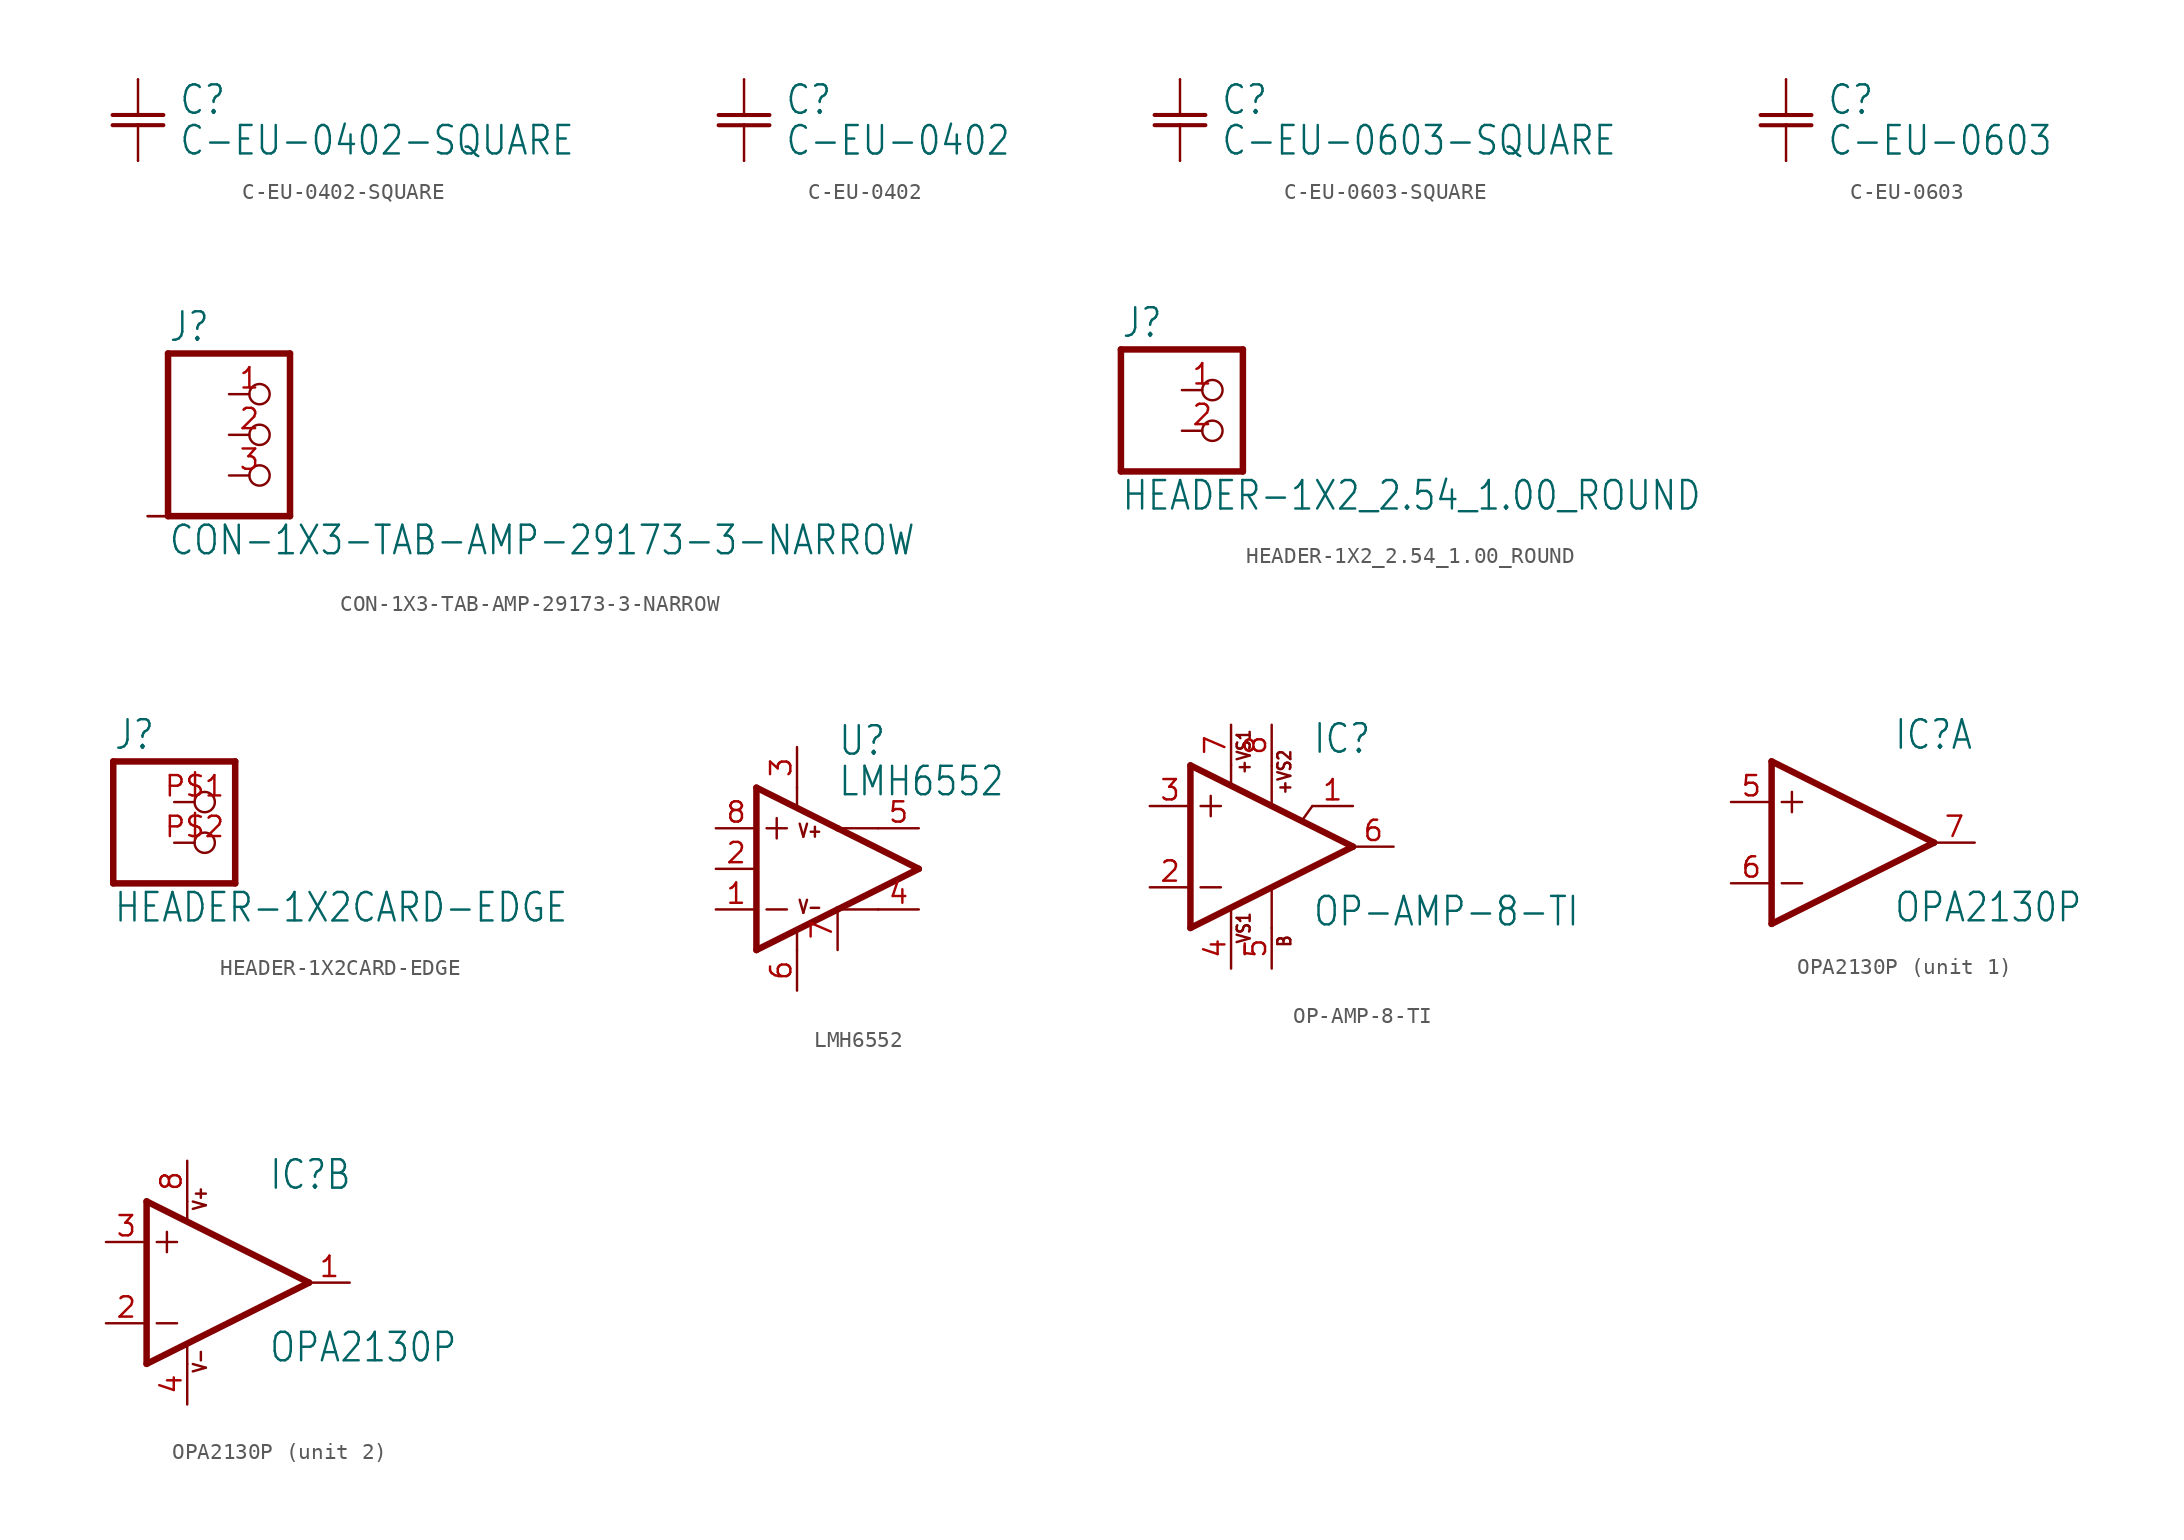
<source format=kicad_sym>
(kicad_symbol_lib
  (version 20211014)
  (generator kicad_symbol_editor)
  (symbol "C-EU-0402-SQUARE"
    (property "Reference" "C"
      (at 2.54 1.27 0)
      (effects (font (size 1.778 1.511)) (justify left)))
    (property "Value" "C-EU-0402-SQUARE"
      (at 2.54 -1.27 0)
      (effects (font (size 1.778 1.511)) (justify left)))
    (property "ki_locked" ""
      (at 0 0 0)
      (effects (font (size 1.27 1.27))))
    (symbol "C-EU-0402-SQUARE_1_0"
      (polyline (pts (xy -1.587 -0.318) (xy 0 -0.318)) (stroke (width 0.254) (type default) (color 0 0 0 0)) (fill (type none)))
      (polyline (pts (xy -1.587 0.318) (xy 0 0.318)) (stroke (width 0.254) (type default) (color 0 0 0 0)) (fill (type none)))
      (polyline (pts (xy 0 -0.318) (xy 0 -2.54)) (stroke (width 0.152) (type default) (color 0 0 0 0)) (fill (type none)))
      (polyline (pts (xy 0 -0.318) (xy 1.587 -0.318)) (stroke (width 0.254) (type default) (color 0 0 0 0)) (fill (type none)))
      (polyline (pts (xy 0 0.318) (xy 1.587 0.318)) (stroke (width 0.254) (type default) (color 0 0 0 0)) (fill (type none)))
      (polyline (pts (xy 0 2.54) (xy 0 0.318)) (stroke (width 0.152) (type default) (color 0 0 0 0)) (fill (type none)))
      (pin passive line (at 0 2.54 270) (length 0) (name "1" (effects (font (size 0 0)))) (number "P$1" (effects (font (size 0 0)))))
      (pin passive line (at 0 -2.54 90) (length 0) (name "2" (effects (font (size 0 0)))) (number "P$2" (effects (font (size 0 0)))))))
  (symbol "C-EU-0402"
    (property "Reference" "C"
      (at 2.54 1.27 0)
      (effects (font (size 1.778 1.511)) (justify left)))
    (property "Value" "C-EU-0402"
      (at 2.54 -1.27 0)
      (effects (font (size 1.778 1.511)) (justify left)))
    (property "ki_locked" ""
      (at 0 0 0)
      (effects (font (size 1.27 1.27))))
    (symbol "C-EU-0402_1_0"
      (polyline (pts (xy -1.587 -0.318) (xy 0 -0.318)) (stroke (width 0.254) (type default) (color 0 0 0 0)) (fill (type none)))
      (polyline (pts (xy -1.587 0.318) (xy 0 0.318)) (stroke (width 0.254) (type default) (color 0 0 0 0)) (fill (type none)))
      (polyline (pts (xy 0 -0.318) (xy 0 -2.54)) (stroke (width 0.152) (type default) (color 0 0 0 0)) (fill (type none)))
      (polyline (pts (xy 0 -0.318) (xy 1.587 -0.318)) (stroke (width 0.254) (type default) (color 0 0 0 0)) (fill (type none)))
      (polyline (pts (xy 0 0.318) (xy 1.587 0.318)) (stroke (width 0.254) (type default) (color 0 0 0 0)) (fill (type none)))
      (polyline (pts (xy 0 2.54) (xy 0 0.318)) (stroke (width 0.152) (type default) (color 0 0 0 0)) (fill (type none)))
      (pin passive line (at 0 2.54 270) (length 0) (name "1" (effects (font (size 0 0)))) (number "1" (effects (font (size 0 0)))))
      (pin passive line (at 0 -2.54 90) (length 0) (name "2" (effects (font (size 0 0)))) (number "2" (effects (font (size 0 0)))))))
  (symbol "C-EU-0603-SQUARE"
    (property "Reference" "C"
      (at 2.54 1.27 0)
      (effects (font (size 1.778 1.511)) (justify left)))
    (property "Value" "C-EU-0603-SQUARE"
      (at 2.54 -1.27 0)
      (effects (font (size 1.778 1.511)) (justify left)))
    (property "ki_locked" ""
      (at 0 0 0)
      (effects (font (size 1.27 1.27))))
    (symbol "C-EU-0603-SQUARE_1_0"
      (polyline (pts (xy -1.587 -0.318) (xy 0 -0.318)) (stroke (width 0.254) (type default) (color 0 0 0 0)) (fill (type none)))
      (polyline (pts (xy -1.587 0.318) (xy 0 0.318)) (stroke (width 0.254) (type default) (color 0 0 0 0)) (fill (type none)))
      (polyline (pts (xy 0 -0.318) (xy 0 -2.54)) (stroke (width 0.152) (type default) (color 0 0 0 0)) (fill (type none)))
      (polyline (pts (xy 0 -0.318) (xy 1.587 -0.318)) (stroke (width 0.254) (type default) (color 0 0 0 0)) (fill (type none)))
      (polyline (pts (xy 0 0.318) (xy 1.587 0.318)) (stroke (width 0.254) (type default) (color 0 0 0 0)) (fill (type none)))
      (polyline (pts (xy 0 2.54) (xy 0 0.318)) (stroke (width 0.152) (type default) (color 0 0 0 0)) (fill (type none)))
      (pin passive line (at 0 2.54 270) (length 0) (name "1" (effects (font (size 0 0)))) (number "1" (effects (font (size 0 0)))))
      (pin passive line (at 0 -2.54 90) (length 0) (name "2" (effects (font (size 0 0)))) (number "2" (effects (font (size 0 0)))))))
  (symbol "C-EU-0603"
    (property "Reference" "C"
      (at 2.54 1.27 0)
      (effects (font (size 1.778 1.511)) (justify left)))
    (property "Value" "C-EU-0603"
      (at 2.54 -1.27 0)
      (effects (font (size 1.778 1.511)) (justify left)))
    (property "ki_locked" ""
      (at 0 0 0)
      (effects (font (size 1.27 1.27))))
    (symbol "C-EU-0603_1_0"
      (polyline (pts (xy -1.587 -0.318) (xy 0 -0.318)) (stroke (width 0.254) (type default) (color 0 0 0 0)) (fill (type none)))
      (polyline (pts (xy -1.587 0.318) (xy 0 0.318)) (stroke (width 0.254) (type default) (color 0 0 0 0)) (fill (type none)))
      (polyline (pts (xy 0 -0.318) (xy 0 -2.54)) (stroke (width 0.152) (type default) (color 0 0 0 0)) (fill (type none)))
      (polyline (pts (xy 0 -0.318) (xy 1.587 -0.318)) (stroke (width 0.254) (type default) (color 0 0 0 0)) (fill (type none)))
      (polyline (pts (xy 0 0.318) (xy 1.587 0.318)) (stroke (width 0.254) (type default) (color 0 0 0 0)) (fill (type none)))
      (polyline (pts (xy 0 2.54) (xy 0 0.318)) (stroke (width 0.152) (type default) (color 0 0 0 0)) (fill (type none)))
      (pin passive line (at 0 2.54 270) (length 0) (name "1" (effects (font (size 0 0)))) (number "1" (effects (font (size 0 0)))))
      (pin passive line (at 0 -2.54 90) (length 0) (name "2" (effects (font (size 0 0)))) (number "2" (effects (font (size 0 0)))))))
  (symbol "CON-1X3-TAB-AMP-29173-3-NARROW"
    (property "Reference" "J"
      (at -3.81 0.635 0)
      (effects (font (size 1.778 1.511)) (justify left bottom)))
    (property "Value" "CON-1X3-TAB-AMP-29173-3-NARROW"
      (at -3.81 -12.7 0)
      (effects (font (size 1.778 1.511)) (justify left bottom)))
    (property "ki_locked" ""
      (at 0 0 0)
      (effects (font (size 1.27 1.27))))
    (symbol "CON-1X3-TAB-AMP-29173-3-NARROW_1_0"
      (polyline (pts (xy -3.81 -10.16) (xy 3.81 -10.16)) (stroke (width 0.406) (type default) (color 0 0 0 0)) (fill (type none)))
      (polyline (pts (xy -3.81 0) (xy -3.81 -10.16)) (stroke (width 0.406) (type default) (color 0 0 0 0)) (fill (type none)))
      (polyline (pts (xy 3.81 -10.16) (xy 3.81 0)) (stroke (width 0.406) (type default) (color 0 0 0 0)) (fill (type none)))
      (polyline (pts (xy 3.81 0) (xy -3.81 0)) (stroke (width 0.406) (type default) (color 0 0 0 0)) (fill (type none)))
      (pin passive inverted (at 0 -2.54 0) (length 2.54) (name "1" (effects (font (size 0 0)))) (number "1" (effects (font (size 1.27 1.27)))))
      (pin passive inverted (at 0 -5.08 0) (length 2.54) (name "2" (effects (font (size 0 0)))) (number "2" (effects (font (size 1.27 1.27)))))
      (pin passive inverted (at 0 -7.62 0) (length 2.54) (name "3" (effects (font (size 0 0)))) (number "3" (effects (font (size 1.27 1.27)))))
      (pin bidirectional line (at -5.08 -10.16 0) (length 2.54) (name "P$1" (effects (font (size 0 0)))) (number "P$4" (effects (font (size 0 0)))))
      (pin bidirectional line (at -5.08 -10.16 0) (length 2.54) (name "P$1" (effects (font (size 0 0)))) (number "P$5" (effects (font (size 0 0)))))))
  (symbol "HEADER-1X2_2.54_1.00_ROUND"
    (property "Reference" "J"
      (at -3.81 0.635 0)
      (effects (font (size 1.778 1.511)) (justify left bottom)))
    (property "Value" "HEADER-1X2_2.54_1.00_ROUND"
      (at -3.81 -10.16 0)
      (effects (font (size 1.778 1.511)) (justify left bottom)))
    (property "ki_locked" ""
      (at 0 0 0)
      (effects (font (size 1.27 1.27))))
    (symbol "HEADER-1X2_2.54_1.00_ROUND_1_0"
      (polyline (pts (xy -3.81 -7.62) (xy 3.81 -7.62)) (stroke (width 0.406) (type default) (color 0 0 0 0)) (fill (type none)))
      (polyline (pts (xy -3.81 0) (xy -3.81 -7.62)) (stroke (width 0.406) (type default) (color 0 0 0 0)) (fill (type none)))
      (polyline (pts (xy 3.81 -7.62) (xy 3.81 0)) (stroke (width 0.406) (type default) (color 0 0 0 0)) (fill (type none)))
      (polyline (pts (xy 3.81 0) (xy -3.81 0)) (stroke (width 0.406) (type default) (color 0 0 0 0)) (fill (type none)))
      (pin passive inverted (at 0 -2.54 0) (length 2.54) (name "1" (effects (font (size 0 0)))) (number "1" (effects (font (size 1.27 1.27)))))
      (pin passive inverted (at 0 -5.08 0) (length 2.54) (name "2" (effects (font (size 0 0)))) (number "2" (effects (font (size 1.27 1.27)))))))
  (symbol "HEADER-1X2CARD-EDGE"
    (property "Reference" "J"
      (at -3.81 0.635 0)
      (effects (font (size 1.778 1.511)) (justify left bottom)))
    (property "Value" "HEADER-1X2CARD-EDGE"
      (at -3.81 -10.16 0)
      (effects (font (size 1.778 1.511)) (justify left bottom)))
    (property "ki_locked" ""
      (at 0 0 0)
      (effects (font (size 1.27 1.27))))
    (symbol "HEADER-1X2CARD-EDGE_1_0"
      (polyline (pts (xy -3.81 -7.62) (xy 3.81 -7.62)) (stroke (width 0.406) (type default) (color 0 0 0 0)) (fill (type none)))
      (polyline (pts (xy -3.81 0) (xy -3.81 -7.62)) (stroke (width 0.406) (type default) (color 0 0 0 0)) (fill (type none)))
      (polyline (pts (xy 3.81 -7.62) (xy 3.81 0)) (stroke (width 0.406) (type default) (color 0 0 0 0)) (fill (type none)))
      (polyline (pts (xy 3.81 0) (xy -3.81 0)) (stroke (width 0.406) (type default) (color 0 0 0 0)) (fill (type none)))
      (pin passive inverted (at 0 -2.54 0) (length 2.54) (name "1" (effects (font (size 0 0)))) (number "P$1" (effects (font (size 1.27 1.27)))))
      (pin passive inverted (at 0 -5.08 0) (length 2.54) (name "2" (effects (font (size 0 0)))) (number "P$2" (effects (font (size 1.27 1.27)))))))
  (symbol "LMH6552"
    (property "Reference" "U"
      (at 2.54 6.985 0)
      (effects (font (size 1.778 1.511)) (justify left bottom)))
    (property "Value" "LMH6552"
      (at 2.54 4.445 0)
      (effects (font (size 1.778 1.511)) (justify left bottom)))
    (property "ki_locked" ""
      (at 0 0 0)
      (effects (font (size 1.27 1.27))))
    (symbol "LMH6552_1_0"
      (polyline (pts (xy -2.54 -5.08) (xy 2.54 -2.54)) (stroke (width 0.406) (type default) (color 0 0 0 0)) (fill (type none)))
      (polyline (pts (xy -2.54 5.08) (xy -2.54 -5.08)) (stroke (width 0.406) (type default) (color 0 0 0 0)) (fill (type none)))
      (polyline (pts (xy -1.905 -2.54) (xy -0.635 -2.54)) (stroke (width 0.152) (type default) (color 0 0 0 0)) (fill (type none)))
      (polyline (pts (xy -1.905 2.54) (xy -0.635 2.54)) (stroke (width 0.152) (type default) (color 0 0 0 0)) (fill (type none)))
      (polyline (pts (xy -1.27 3.175) (xy -1.27 1.905)) (stroke (width 0.152) (type default) (color 0 0 0 0)) (fill (type none)))
      (polyline (pts (xy 0 -3.912) (xy 0 -5.08)) (stroke (width 0.152) (type default) (color 0 0 0 0)) (fill (type none)))
      (polyline (pts (xy 0 5.08) (xy 0 3.886)) (stroke (width 0.152) (type default) (color 0 0 0 0)) (fill (type none)))
      (polyline (pts (xy 2.54 -2.54) (xy 7.62 0)) (stroke (width 0.406) (type default) (color 0 0 0 0)) (fill (type none)))
      (polyline (pts (xy 2.54 2.54) (xy -2.54 5.08)) (stroke (width 0.406) (type default) (color 0 0 0 0)) (fill (type none)))
      (polyline (pts (xy 5.08 -2.54) (xy 2.54 -2.54)) (stroke (width 0.152) (type default) (color 0 0 0 0)) (fill (type none)))
      (polyline (pts (xy 5.08 2.54) (xy 2.54 2.54)) (stroke (width 0.152) (type default) (color 0 0 0 0)) (fill (type none)))
      (polyline (pts (xy 7.62 0) (xy 2.54 2.54)) (stroke (width 0.406) (type default) (color 0 0 0 0)) (fill (type none)))
      (text "V+" (at 0 1.905 0) (effects (font (size 0.813 0.691)) (justify left bottom)))
      (text "V-" (at 0 -1.905 0) (effects (font (size 0.813 0.691)) (justify left top)))
      (pin input line (at -5.08 -2.54 0) (length 2.54) (name "-IN" (effects (font (size 0 0)))) (number "1" (effects (font (size 1.27 1.27)))))
      (pin input line (at -5.08 0 0) (length 2.54) (name "VCM" (effects (font (size 0 0)))) (number "2" (effects (font (size 1.27 1.27)))))
      (pin power_in line (at 0 7.62 270) (length 2.54) (name "V+" (effects (font (size 0 0)))) (number "3" (effects (font (size 1.27 1.27)))))
      (pin output line (at 7.62 -2.54 180) (length 2.54) (name "+OUT" (effects (font (size 0 0)))) (number "4" (effects (font (size 1.27 1.27)))))
      (pin output line (at 7.62 2.54 180) (length 2.54) (name "-OUT" (effects (font (size 0 0)))) (number "5" (effects (font (size 1.27 1.27)))))
      (pin power_in line (at 0 -7.62 90) (length 2.54) (name "V-" (effects (font (size 0 0)))) (number "6" (effects (font (size 1.27 1.27)))))
      (pin output line (at 2.54 -5.08 90) (length 2.54) (name "EN" (effects (font (size 0 0)))) (number "7" (effects (font (size 1.27 1.27)))))
      (pin input line (at -5.08 2.54 0) (length 2.54) (name "+IN" (effects (font (size 0 0)))) (number "8" (effects (font (size 1.27 1.27)))))))
  (symbol "OP-AMP-8-TI"
    (property "Reference" "IC"
      (at 2.54 5.715 0)
      (effects (font (size 1.778 1.511)) (justify left bottom)))
    (property "Value" "OP-AMP-8-TI"
      (at 2.54 -5.08 0)
      (effects (font (size 1.778 1.511)) (justify left bottom)))
    (property "ki_locked" ""
      (at 0 0 0)
      (effects (font (size 1.27 1.27))))
    (symbol "OP-AMP-8-TI_1_0"
      (polyline (pts (xy -5.08 -5.08) (xy 5.08 0)) (stroke (width 0.406) (type default) (color 0 0 0 0)) (fill (type none)))
      (polyline (pts (xy -5.08 5.08) (xy -5.08 -5.08)) (stroke (width 0.406) (type default) (color 0 0 0 0)) (fill (type none)))
      (polyline (pts (xy -4.445 -2.54) (xy -3.175 -2.54)) (stroke (width 0.152) (type default) (color 0 0 0 0)) (fill (type none)))
      (polyline (pts (xy -4.445 2.54) (xy -3.175 2.54)) (stroke (width 0.152) (type default) (color 0 0 0 0)) (fill (type none)))
      (polyline (pts (xy -3.81 3.175) (xy -3.81 1.905)) (stroke (width 0.152) (type default) (color 0 0 0 0)) (fill (type none)))
      (polyline (pts (xy -2.54 -3.912) (xy -2.54 -5.08)) (stroke (width 0.152) (type default) (color 0 0 0 0)) (fill (type none)))
      (polyline (pts (xy -2.54 5.08) (xy -2.54 3.886)) (stroke (width 0.152) (type default) (color 0 0 0 0)) (fill (type none)))
      (polyline (pts (xy 0 -2.616) (xy 0 -5.08)) (stroke (width 0.152) (type default) (color 0 0 0 0)) (fill (type none)))
      (polyline (pts (xy 0 5.055) (xy 0 2.616)) (stroke (width 0.152) (type default) (color 0 0 0 0)) (fill (type none)))
      (polyline (pts (xy 2.54 2.54) (xy 1.905 1.651)) (stroke (width 0.152) (type default) (color 0 0 0 0)) (fill (type none)))
      (polyline (pts (xy 5.08 0) (xy -5.08 5.08)) (stroke (width 0.406) (type default) (color 0 0 0 0)) (fill (type none)))
      (text "+VS1" (at -1.27 4.445 900) (effects (font (size 0.813 0.691)) (justify left bottom)))
      (text "+VS2" (at 1.27 3.175 900) (effects (font (size 0.813 0.691)) (justify left bottom)))
      (text "-VS1" (at -1.27 -6.985 900) (effects (font (size 0.813 0.691)) (justify left bottom)))
      (text "B" (at 1.27 -6.35 900) (effects (font (size 0.813 0.691)) (justify left bottom)))
      (pin bidirectional line (at 5.08 2.54 180) (length 2.54) (name "C" (effects (font (size 0 0)))) (number "1" (effects (font (size 1.27 1.27)))))
      (pin input line (at -7.62 -2.54 0) (length 2.54) (name "-IN" (effects (font (size 0 0)))) (number "2" (effects (font (size 1.27 1.27)))))
      (pin input line (at -7.62 2.54 0) (length 2.54) (name "+IN" (effects (font (size 0 0)))) (number "3" (effects (font (size 1.27 1.27)))))
      (pin power_in line (at -2.54 -7.62 90) (length 2.54) (name "-VS1" (effects (font (size 0 0)))) (number "4" (effects (font (size 1.27 1.27)))))
      (pin bidirectional line (at 0 -7.62 90) (length 2.54) (name "-VS2" (effects (font (size 0 0)))) (number "5" (effects (font (size 1.27 1.27)))))
      (pin output line (at 7.62 0 180) (length 2.54) (name "OUT" (effects (font (size 0 0)))) (number "6" (effects (font (size 1.27 1.27)))))
      (pin power_in line (at -2.54 7.62 270) (length 2.54) (name "+VS1" (effects (font (size 0 0)))) (number "7" (effects (font (size 1.27 1.27)))))
      (pin bidirectional line (at 0 7.62 270) (length 2.54) (name "A" (effects (font (size 0 0)))) (number "8" (effects (font (size 1.27 1.27)))))))
  (symbol "OPA2130P"
    (property "Reference" "IC"
      (at 2.54 5.715 0)
      (effects (font (size 1.778 1.511)) (justify left bottom)))
    (property "Value" "OPA2130P"
      (at 2.54 -5.08 0)
      (effects (font (size 1.778 1.511)) (justify left bottom)))
    (property "ki_locked" ""
      (at 0 0 0)
      (effects (font (size 1.27 1.27))))
    (symbol "OPA2130P_1_0"
      (polyline (pts (xy -5.08 -5.08) (xy 5.08 0)) (stroke (width 0.406) (type default) (color 0 0 0 0)) (fill (type none)))
      (polyline (pts (xy -5.08 5.08) (xy -5.08 -5.08)) (stroke (width 0.406) (type default) (color 0 0 0 0)) (fill (type none)))
      (polyline (pts (xy -4.445 -2.54) (xy -3.175 -2.54)) (stroke (width 0.152) (type default) (color 0 0 0 0)) (fill (type none)))
      (polyline (pts (xy -4.445 2.54) (xy -3.175 2.54)) (stroke (width 0.152) (type default) (color 0 0 0 0)) (fill (type none)))
      (polyline (pts (xy -3.81 3.175) (xy -3.81 1.905)) (stroke (width 0.152) (type default) (color 0 0 0 0)) (fill (type none)))
      (polyline (pts (xy 5.08 0) (xy -5.08 5.08)) (stroke (width 0.406) (type default) (color 0 0 0 0)) (fill (type none)))
      (pin input line (at -7.62 2.54 0) (length 2.54) (name "+IN" (effects (font (size 0 0)))) (number "5" (effects (font (size 1.27 1.27)))))
      (pin input line (at -7.62 -2.54 0) (length 2.54) (name "-IN" (effects (font (size 0 0)))) (number "6" (effects (font (size 1.27 1.27)))))
      (pin output line (at 7.62 0 180) (length 2.54) (name "OUT" (effects (font (size 0 0)))) (number "7" (effects (font (size 1.27 1.27))))))
    (symbol "OPA2130P_2_0"
      (polyline (pts (xy -5.08 -5.08) (xy 5.08 0)) (stroke (width 0.406) (type default) (color 0 0 0 0)) (fill (type none)))
      (polyline (pts (xy -5.08 5.08) (xy -5.08 -5.08)) (stroke (width 0.406) (type default) (color 0 0 0 0)) (fill (type none)))
      (polyline (pts (xy -4.445 -2.54) (xy -3.175 -2.54)) (stroke (width 0.152) (type default) (color 0 0 0 0)) (fill (type none)))
      (polyline (pts (xy -4.445 2.54) (xy -3.175 2.54)) (stroke (width 0.152) (type default) (color 0 0 0 0)) (fill (type none)))
      (polyline (pts (xy -3.81 3.175) (xy -3.81 1.905)) (stroke (width 0.152) (type default) (color 0 0 0 0)) (fill (type none)))
      (polyline (pts (xy -2.54 -3.912) (xy -2.54 -5.08)) (stroke (width 0.152) (type default) (color 0 0 0 0)) (fill (type none)))
      (polyline (pts (xy -2.54 5.08) (xy -2.54 3.886)) (stroke (width 0.152) (type default) (color 0 0 0 0)) (fill (type none)))
      (polyline (pts (xy 5.08 0) (xy -5.08 5.08)) (stroke (width 0.406) (type default) (color 0 0 0 0)) (fill (type none)))
      (text "V+" (at -1.27 4.445 900) (effects (font (size 0.813 0.691)) (justify left bottom)))
      (text "V-" (at -1.27 -5.715 900) (effects (font (size 0.813 0.691)) (justify left bottom)))
      (pin output line (at 7.62 0 180) (length 2.54) (name "OUT" (effects (font (size 0 0)))) (number "1" (effects (font (size 1.27 1.27)))))
      (pin input line (at -7.62 -2.54 0) (length 2.54) (name "-IN" (effects (font (size 0 0)))) (number "2" (effects (font (size 1.27 1.27)))))
      (pin input line (at -7.62 2.54 0) (length 2.54) (name "+IN" (effects (font (size 0 0)))) (number "3" (effects (font (size 1.27 1.27)))))
      (pin power_in line (at -2.54 -7.62 90) (length 2.54) (name "V-" (effects (font (size 0 0)))) (number "4" (effects (font (size 1.27 1.27)))))
      (pin power_in line (at -2.54 7.62 270) (length 2.54) (name "V+" (effects (font (size 0 0)))) (number "8" (effects (font (size 1.27 1.27))))))))
</source>
